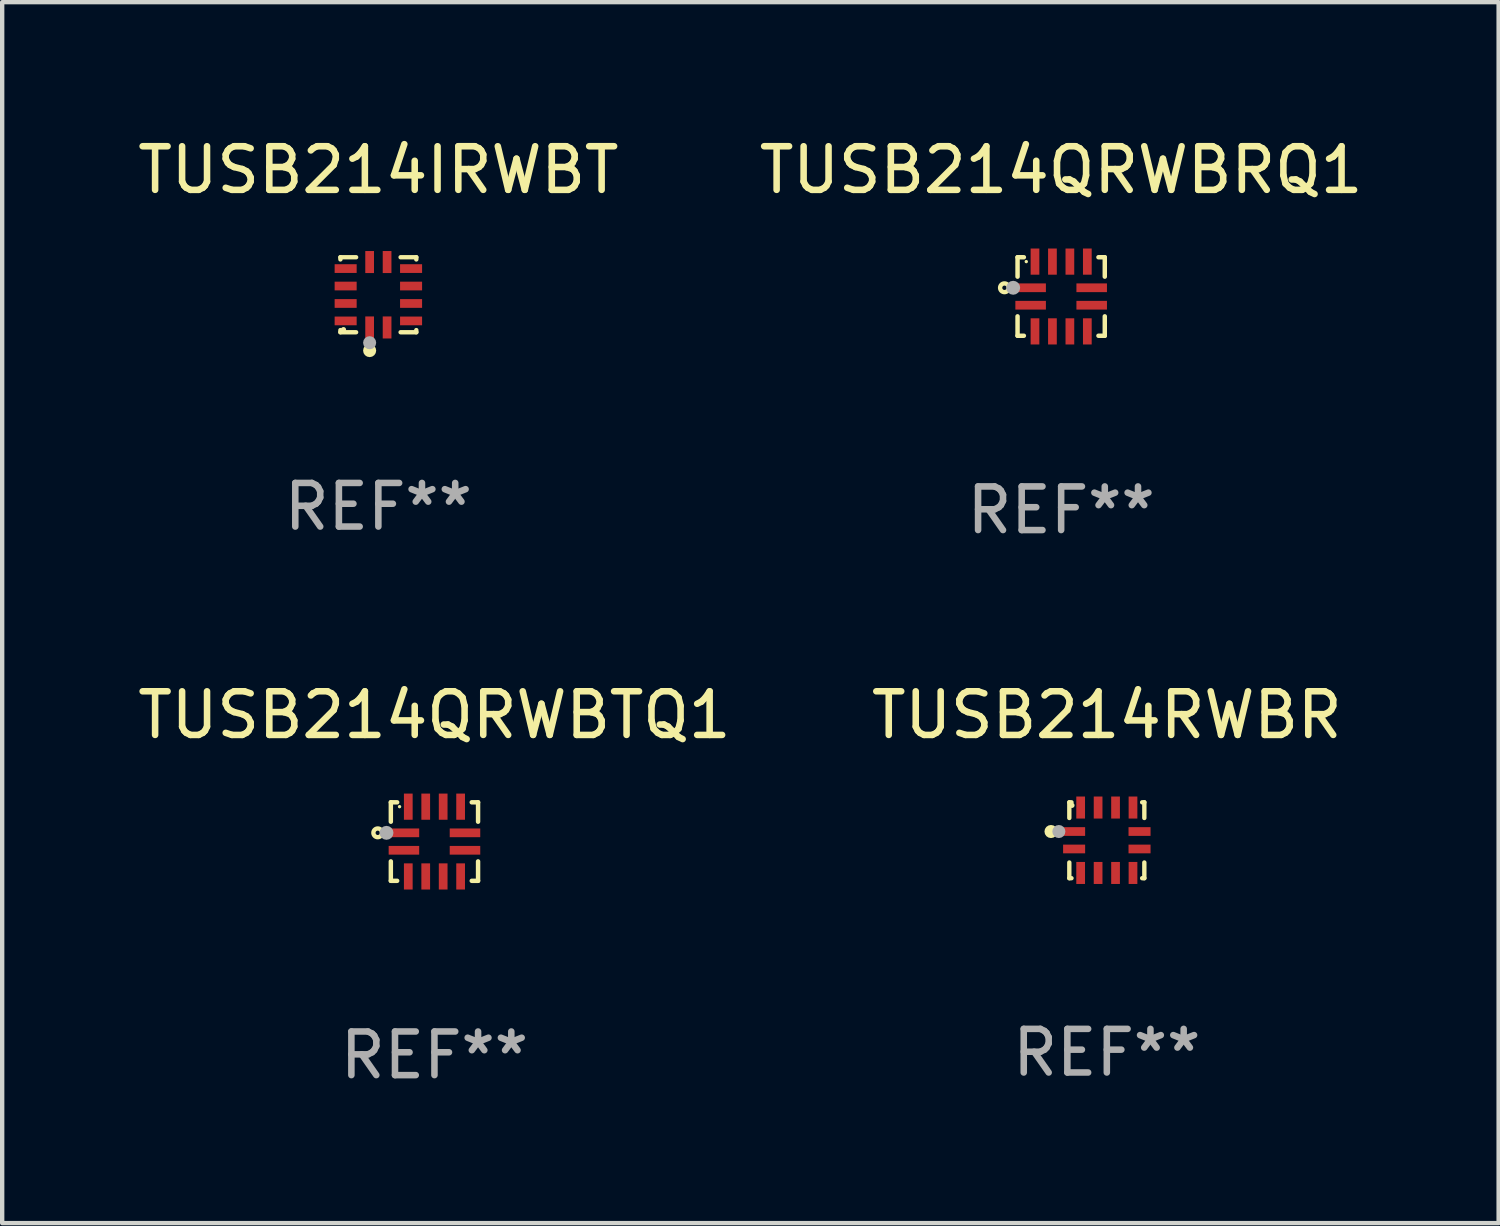
<source format=kicad_pcb>
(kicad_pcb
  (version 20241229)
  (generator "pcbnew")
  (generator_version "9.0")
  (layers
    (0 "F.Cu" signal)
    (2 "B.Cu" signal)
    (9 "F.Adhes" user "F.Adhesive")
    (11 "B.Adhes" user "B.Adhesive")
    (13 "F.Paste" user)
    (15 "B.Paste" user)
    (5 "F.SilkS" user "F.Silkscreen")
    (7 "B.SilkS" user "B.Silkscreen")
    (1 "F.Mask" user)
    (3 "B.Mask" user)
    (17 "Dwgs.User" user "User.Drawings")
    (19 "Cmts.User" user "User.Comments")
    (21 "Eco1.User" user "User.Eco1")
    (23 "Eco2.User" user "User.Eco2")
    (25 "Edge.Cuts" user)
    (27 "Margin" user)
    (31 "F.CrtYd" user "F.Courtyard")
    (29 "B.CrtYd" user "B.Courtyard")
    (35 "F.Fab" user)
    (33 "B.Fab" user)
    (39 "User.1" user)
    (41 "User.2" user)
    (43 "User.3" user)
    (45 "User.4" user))
  (footprint "TUSB214RWBR"
    (layer "F.Cu")
    (at 22.327 16.215)
    (property "Reference" "TUSB214RWBR" (at 0 -2.87 0) (layer "F.SilkS") (effects (font (size 1 1) (thickness 0.15))))
    (attr through_hole)
    (fp_line (start -0.86 0.87) (end -0.86 0.51) (stroke (width 0.1) (type solid)) (layer "F.SilkS"))
    (fp_line (start -0.86 0.87) (end -0.81 0.87) (stroke (width 0.1) (type solid)) (layer "F.SilkS"))
    (fp_line (start -0.86 -0.87) (end -0.86 -0.51) (stroke (width 0.1) (type solid)) (layer "F.SilkS"))
    (fp_line (start -0.86 -0.87) (end -0.81 -0.87) (stroke (width 0.1) (type solid)) (layer "F.SilkS"))
    (fp_line (start 0.86 -0.87) (end 0.81 -0.87) (stroke (width 0.1) (type solid)) (layer "F.SilkS"))
    (fp_line (start 0.86 -0.87) (end 0.86 -0.51) (stroke (width 0.1) (type solid)) (layer "F.SilkS"))
    (fp_line (start 0.86 0.87) (end 0.86 0.51) (stroke (width 0.1) (type solid)) (layer "F.SilkS"))
    (fp_line (start 0.86 0.87) (end 0.81 0.87) (stroke (width 0.1) (type solid)) (layer "F.SilkS"))
    (fp_circle (center -1.28 -0.2) (end -1.205 -0.2) (stroke (width 0.15) (type solid)) (fill no) (layer "F.SilkS"))
    (fp_circle (center -0.8 -0.8) (end -0.77 -0.8) (stroke (width 0.06) (type solid)) (fill no) (layer "F.SilkS"))
    (fp_circle (center -1.1 -0.2) (end -1.025 -0.2) (stroke (width 0.15) (type solid)) (fill no) (layer "F.Fab"))
    (fp_text user "REF**" (at 0 4.87 0) (layer "F.Fab") (effects (font (size 1 1) (thickness 0.15))))
    (pad "1" smd rect (at -0.75 -0.2 270) (size 0.2 0.505) (layers "F.Cu" "F.Mask" "F.Paste"))
    (pad "2" smd rect (at -0.75 0.2 270) (size 0.2 0.505) (layers "F.Cu" "F.Mask" "F.Paste"))
    (pad "3" smd rect (at -0.6 0.75 270) (size 0.505 0.2) (layers "F.Cu" "F.Mask" "F.Paste"))
    (pad "4" smd rect (at -0.2 0.75 270) (size 0.505 0.2) (layers "F.Cu" "F.Mask" "F.Paste"))
    (pad "5" smd rect (at 0.2 0.75 270) (size 0.505 0.2) (layers "F.Cu" "F.Mask" "F.Paste"))
    (pad "6" smd rect (at 0.6 0.75 270) (size 0.505 0.2) (layers "F.Cu" "F.Mask" "F.Paste"))
    (pad "7" smd rect (at 0.75 0.2 270) (size 0.2 0.505) (layers "F.Cu" "F.Mask" "F.Paste"))
    (pad "8" smd rect (at 0.75 -0.2 270) (size 0.2 0.505) (layers "F.Cu" "F.Mask" "F.Paste"))
    (pad "9" smd rect (at 0.6 -0.75 270) (size 0.505 0.2) (layers "F.Cu" "F.Mask" "F.Paste"))
    (pad "10" smd rect (at 0.2 -0.75 270) (size 0.505 0.2) (layers "F.Cu" "F.Mask" "F.Paste"))
    (pad "11" smd rect (at -0.2 -0.75 270) (size 0.505 0.2) (layers "F.Cu" "F.Mask" "F.Paste"))
    (pad "12" smd rect (at -0.6 -0.75 270) (size 0.505 0.2) (layers "F.Cu" "F.Mask" "F.Paste")))
  (footprint "TUSB214QRWBRQ1"
    (layer "F.Cu")
    (at 21.28 3.748)
    (property "Reference" "TUSB214QRWBRQ1" (at 0 -2.9 0) (layer "F.SilkS") (effects (font (size 1 1) (thickness 0.15))))
    (attr through_hole)
    (fp_line (start -1 -0.9) (end -0.855 -0.9) (stroke (width 0.102) (type solid)) (layer "F.SilkS"))
    (fp_line (start -1 -0.455) (end -1 -0.9) (stroke (width 0.102) (type solid)) (layer "F.SilkS"))
    (fp_line (start -1 0.9) (end -1 0.455) (stroke (width 0.102) (type solid)) (layer "F.SilkS"))
    (fp_line (start -0.855 0.9) (end -1 0.9) (stroke (width 0.102) (type solid)) (layer "F.SilkS"))
    (fp_line (start 0.855 -0.9) (end 1 -0.9) (stroke (width 0.102) (type solid)) (layer "F.SilkS"))
    (fp_line (start 1 -0.9) (end 1 -0.455) (stroke (width 0.102) (type solid)) (layer "F.SilkS"))
    (fp_line (start 1 0.455) (end 1 0.9) (stroke (width 0.102) (type solid)) (layer "F.SilkS"))
    (fp_line (start 1 0.9) (end 0.855 0.9) (stroke (width 0.102) (type solid)) (layer "F.SilkS"))
    (fp_circle (center -1.3 -0.2) (end -1.2 -0.2) (stroke (width 0.1) (type solid)) (fill no) (layer "F.SilkS"))
    (fp_circle (center -0.8 -0.8) (end -0.78 -0.8) (stroke (width 0.04) (type solid)) (fill no) (layer "F.SilkS"))
    (fp_circle (center -1.1 -0.2) (end -1.02 -0.2) (stroke (width 0.16) (type solid)) (fill no) (layer "F.Fab"))
    (fp_text user "REF**" (at 0 4.9 0) (layer "F.Fab") (effects (font (size 1 1) (thickness 0.15))))
    (pad "1" smd rect (at -0.7 -0.2 180) (size 0.7 0.2) (layers "F.Cu" "F.Mask" "F.Paste"))
    (pad "2" smd rect (at -0.7 0.2 180) (size 0.7 0.2) (layers "F.Cu" "F.Mask" "F.Paste"))
    (pad "3" smd rect (at -0.6 0.8) (size 0.2 0.6) (layers "F.Cu" "F.Mask" "F.Paste"))
    (pad "4" smd rect (at -0.2 0.8) (size 0.2 0.6) (layers "F.Cu" "F.Mask" "F.Paste"))
    (pad "5" smd rect (at 0.2 0.8) (size 0.2 0.6) (layers "F.Cu" "F.Mask" "F.Paste"))
    (pad "6" smd rect (at 0.6 0.8) (size 0.2 0.6) (layers "F.Cu" "F.Mask" "F.Paste"))
    (pad "7" smd rect (at 0.7 0.2 180) (size 0.7 0.2) (layers "F.Cu" "F.Mask" "F.Paste"))
    (pad "8" smd rect (at 0.7 -0.2) (size 0.7 0.2) (layers "F.Cu" "F.Mask" "F.Paste"))
    (pad "9" smd rect (at 0.6 -0.8) (size 0.2 0.6) (layers "F.Cu" "F.Mask" "F.Paste"))
    (pad "10" smd rect (at 0.2 -0.8) (size 0.2 0.6) (layers "F.Cu" "F.Mask" "F.Paste"))
    (pad "11" smd rect (at -0.2 -0.8) (size 0.2 0.6) (layers "F.Cu" "F.Mask" "F.Paste"))
    (pad "12" smd rect (at -0.6 -0.8) (size 0.2 0.6) (layers "F.Cu" "F.Mask" "F.Paste")))
  (footprint "TUSB214IRWBT"
    (layer "F.Cu")
    (at 5.625 3.708)
    (property "Reference" "TUSB214IRWBT" (at 0 -2.86 0) (layer "F.SilkS") (effects (font (size 1 1) (thickness 0.15))))
    (attr through_hole)
    (fp_line (start -0.87 0.86) (end -0.87 0.81) (stroke (width 0.1) (type solid)) (layer "F.SilkS"))
    (fp_line (start -0.87 -0.86) (end -0.87 -0.81) (stroke (width 0.1) (type solid)) (layer "F.SilkS"))
    (fp_line (start -0.87 -0.86) (end -0.51 -0.86) (stroke (width 0.1) (type solid)) (layer "F.SilkS"))
    (fp_line (start -0.87 0.86) (end -0.51 0.86) (stroke (width 0.1) (type solid)) (layer "F.SilkS"))
    (fp_line (start 0.87 -0.86) (end 0.51 -0.86) (stroke (width 0.1) (type solid)) (layer "F.SilkS"))
    (fp_line (start 0.87 0.86) (end 0.51 0.86) (stroke (width 0.1) (type solid)) (layer "F.SilkS"))
    (fp_line (start 0.87 0.86) (end 0.87 0.81) (stroke (width 0.1) (type solid)) (layer "F.SilkS"))
    (fp_line (start 0.87 -0.86) (end 0.87 -0.81) (stroke (width 0.1) (type solid)) (layer "F.SilkS"))
    (fp_circle (center -0.8 0.8) (end -0.77 0.8) (stroke (width 0.06) (type solid)) (fill no) (layer "F.SilkS"))
    (fp_circle (center -0.2 1.28) (end -0.125 1.28) (stroke (width 0.15) (type solid)) (fill no) (layer "F.SilkS"))
    (fp_circle (center -0.2 1.1) (end -0.125 1.1) (stroke (width 0.15) (type solid)) (fill no) (layer "F.Fab"))
    (fp_text user "REF**" (at 0 4.86 0) (layer "F.Fab") (effects (font (size 1 1) (thickness 0.15))))
    (pad "1" smd rect (at -0.2 0.75) (size 0.2 0.505) (layers "F.Cu" "F.Mask" "F.Paste"))
    (pad "2" smd rect (at 0.2 0.75) (size 0.2 0.505) (layers "F.Cu" "F.Mask" "F.Paste"))
    (pad "3" smd rect (at 0.75 0.6) (size 0.505 0.2) (layers "F.Cu" "F.Mask" "F.Paste"))
    (pad "4" smd rect (at 0.75 0.2) (size 0.505 0.2) (layers "F.Cu" "F.Mask" "F.Paste"))
    (pad "5" smd rect (at 0.75 -0.2) (size 0.505 0.2) (layers "F.Cu" "F.Mask" "F.Paste"))
    (pad "6" smd rect (at 0.75 -0.6) (size 0.505 0.2) (layers "F.Cu" "F.Mask" "F.Paste"))
    (pad "7" smd rect (at 0.2 -0.75) (size 0.2 0.505) (layers "F.Cu" "F.Mask" "F.Paste"))
    (pad "8" smd rect (at -0.2 -0.75) (size 0.2 0.505) (layers "F.Cu" "F.Mask" "F.Paste"))
    (pad "9" smd rect (at -0.75 -0.6) (size 0.505 0.2) (layers "F.Cu" "F.Mask" "F.Paste"))
    (pad "10" smd rect (at -0.75 -0.2) (size 0.505 0.2) (layers "F.Cu" "F.Mask" "F.Paste"))
    (pad "11" smd rect (at -0.75 0.2) (size 0.505 0.2) (layers "F.Cu" "F.Mask" "F.Paste"))
    (pad "12" smd rect (at -0.75 0.6) (size 0.505 0.2) (layers "F.Cu" "F.Mask" "F.Paste")))
  (footprint "TUSB214QRWBTQ1"
    (layer "F.Cu")
    (at 6.911 16.245)
    (property "Reference" "TUSB214QRWBTQ1" (at 0 -2.9 0) (layer "F.SilkS") (effects (font (size 1 1) (thickness 0.15))))
    (attr through_hole)
    (fp_line (start -1 -0.9) (end -0.855 -0.9) (stroke (width 0.102) (type solid)) (layer "F.SilkS"))
    (fp_line (start -1 -0.455) (end -1 -0.9) (stroke (width 0.102) (type solid)) (layer "F.SilkS"))
    (fp_line (start -1 0.9) (end -1 0.455) (stroke (width 0.102) (type solid)) (layer "F.SilkS"))
    (fp_line (start -0.855 0.9) (end -1 0.9) (stroke (width 0.102) (type solid)) (layer "F.SilkS"))
    (fp_line (start 0.855 -0.9) (end 1 -0.9) (stroke (width 0.102) (type solid)) (layer "F.SilkS"))
    (fp_line (start 1 -0.9) (end 1 -0.455) (stroke (width 0.102) (type solid)) (layer "F.SilkS"))
    (fp_line (start 1 0.455) (end 1 0.9) (stroke (width 0.102) (type solid)) (layer "F.SilkS"))
    (fp_line (start 1 0.9) (end 0.855 0.9) (stroke (width 0.102) (type solid)) (layer "F.SilkS"))
    (fp_circle (center -1.3 -0.2) (end -1.2 -0.2) (stroke (width 0.1) (type solid)) (fill no) (layer "F.SilkS"))
    (fp_circle (center -0.8 -0.8) (end -0.78 -0.8) (stroke (width 0.04) (type solid)) (fill no) (layer "F.SilkS"))
    (fp_circle (center -1.1 -0.2) (end -1.02 -0.2) (stroke (width 0.16) (type solid)) (fill no) (layer "F.Fab"))
    (fp_text user "REF**" (at 0 4.9 0) (layer "F.Fab") (effects (font (size 1 1) (thickness 0.15))))
    (pad "1" smd rect (at -0.7 -0.2 180) (size 0.7 0.2) (layers "F.Cu" "F.Mask" "F.Paste"))
    (pad "2" smd rect (at -0.7 0.2 180) (size 0.7 0.2) (layers "F.Cu" "F.Mask" "F.Paste"))
    (pad "3" smd rect (at -0.6 0.8) (size 0.2 0.6) (layers "F.Cu" "F.Mask" "F.Paste"))
    (pad "4" smd rect (at -0.2 0.8) (size 0.2 0.6) (layers "F.Cu" "F.Mask" "F.Paste"))
    (pad "5" smd rect (at 0.2 0.8) (size 0.2 0.6) (layers "F.Cu" "F.Mask" "F.Paste"))
    (pad "6" smd rect (at 0.6 0.8) (size 0.2 0.6) (layers "F.Cu" "F.Mask" "F.Paste"))
    (pad "7" smd rect (at 0.7 0.2 180) (size 0.7 0.2) (layers "F.Cu" "F.Mask" "F.Paste"))
    (pad "8" smd rect (at 0.7 -0.2) (size 0.7 0.2) (layers "F.Cu" "F.Mask" "F.Paste"))
    (pad "9" smd rect (at 0.6 -0.8) (size 0.2 0.6) (layers "F.Cu" "F.Mask" "F.Paste"))
    (pad "10" smd rect (at 0.2 -0.8) (size 0.2 0.6) (layers "F.Cu" "F.Mask" "F.Paste"))
    (pad "11" smd rect (at -0.2 -0.8) (size 0.2 0.6) (layers "F.Cu" "F.Mask" "F.Paste"))
    (pad "12" smd rect (at -0.6 -0.8) (size 0.2 0.6) (layers "F.Cu" "F.Mask" "F.Paste")))
  (gr_rect
    (start -3 -3)
    (end 31.31 24.993)
    (stroke (width 0.1) (type default))
    (fill no)
    (layer "Edge.Cuts")))
</source>
